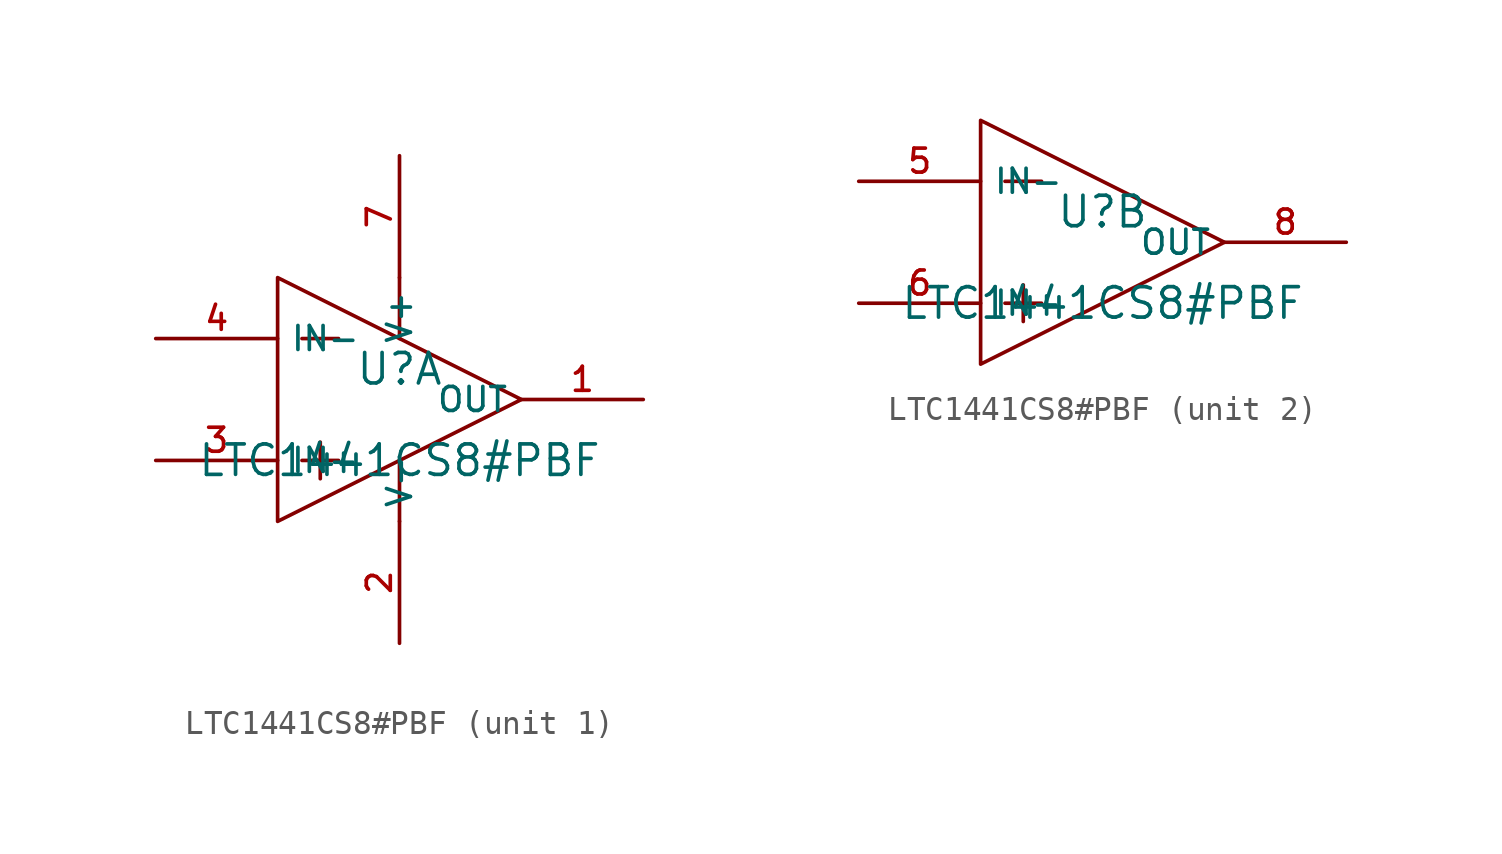
<source format=kicad_sym>
(kicad_symbol_lib
  (version 20210201)
  (generator TousstNicolas/JLC2KiCad_lib)
  (symbol "LTC1441CS8#PBF"
    (property "Reference" "U"
      (at 0 1.27 0)
      (effects (font (size 1.27 1.27))))
    (property "Value" "LTC1441CS8#PBF"
      (at 0 -2.54 0)
      (effects (font (size 1.27 1.27))))
    (symbol "LTC1441CS8#PBF_1_1"
      (pin output line (at 10.16 -0.0 180) (length 5.08) (name "OUT" (effects (font (size 1 1)))) (number "1" (effects (font (size 1 1)))))
      (pin power_in line (at 0.0 10.16 270) (length 5.08) (name "V+" (effects (font (size 1 1)))) (number "7" (effects (font (size 1 1)))))
      (pin unspecified line (at -10.16 2.54 0) (length 5.08) (name "IN-" (effects (font (size 1 1)))) (number "4" (effects (font (size 1 1)))))
      (pin unspecified line (at -10.16 -2.54 0) (length 5.08) (name "IN+" (effects (font (size 1 1)))) (number "3" (effects (font (size 1 1)))))
      (pin power_in line (at 0.0 -10.16 90) (length 5.08) (name "V-" (effects (font (size 1 1)))) (number "2" (effects (font (size 1 1)))))
      (polyline (pts (xy 0.0 -2.54) (xy 0.0 -5.08)) (stroke (width 0) (type default) (color 0 0 0 0)) (fill (type none)))
      (polyline (pts (xy 0.0 5.08) (xy 0.0 2.54)) (stroke (width 0) (type default) (color 0 0 0 0)) (fill (type none)))
      (polyline (pts (xy -3.302 -1.778) (xy -3.302 -3.302)) (stroke (width 0) (type default) (color 0 0 0 0)) (fill (type none)))
      (polyline (pts (xy -4.064 -2.54) (xy -2.54 -2.54)) (stroke (width 0) (type default) (color 0 0 0 0)) (fill (type none)))
      (polyline (pts (xy -4.064 2.54) (xy -2.54 2.54)) (stroke (width 0) (type default) (color 0 0 0 0)) (fill (type none)))
      (polyline (pts (xy -5.08 -5.08) (xy 5.08 -0.0) (xy -5.08 5.08) (xy -5.08 -5.08)) (stroke (width 0) (type default) (color 0 0 0 0)) (fill (type none))))
    (symbol "LTC1441CS8#PBF_2_1"
      (polyline (pts (xy -5.08 -5.08) (xy 5.08 -0.0) (xy -5.08 5.08) (xy -5.08 -5.08)) (stroke (width 0) (type default) (color 0 0 0 0)) (fill (type none)))
      (polyline (pts (xy -4.064 2.54) (xy -2.54 2.54)) (stroke (width 0) (type default) (color 0 0 0 0)) (fill (type none)))
      (polyline (pts (xy -4.064 -2.54) (xy -2.54 -2.54)) (stroke (width 0) (type default) (color 0 0 0 0)) (fill (type none)))
      (polyline (pts (xy -3.302 -1.778) (xy -3.302 -3.302)) (stroke (width 0) (type default) (color 0 0 0 0)) (fill (type none)))
      (pin unspecified line (at -10.16 -2.54 0) (length 5.08) (name "IN+" (effects (font (size 1 1)))) (number "6" (effects (font (size 1 1)))))
      (pin unspecified line (at -10.16 2.54 0) (length 5.08) (name "IN-" (effects (font (size 1 1)))) (number "5" (effects (font (size 1 1)))))
      (pin output line (at 10.16 -0.0 180) (length 5.08) (name "OUT" (effects (font (size 1 1)))) (number "8" (effects (font (size 1 1))))))))
</source>
